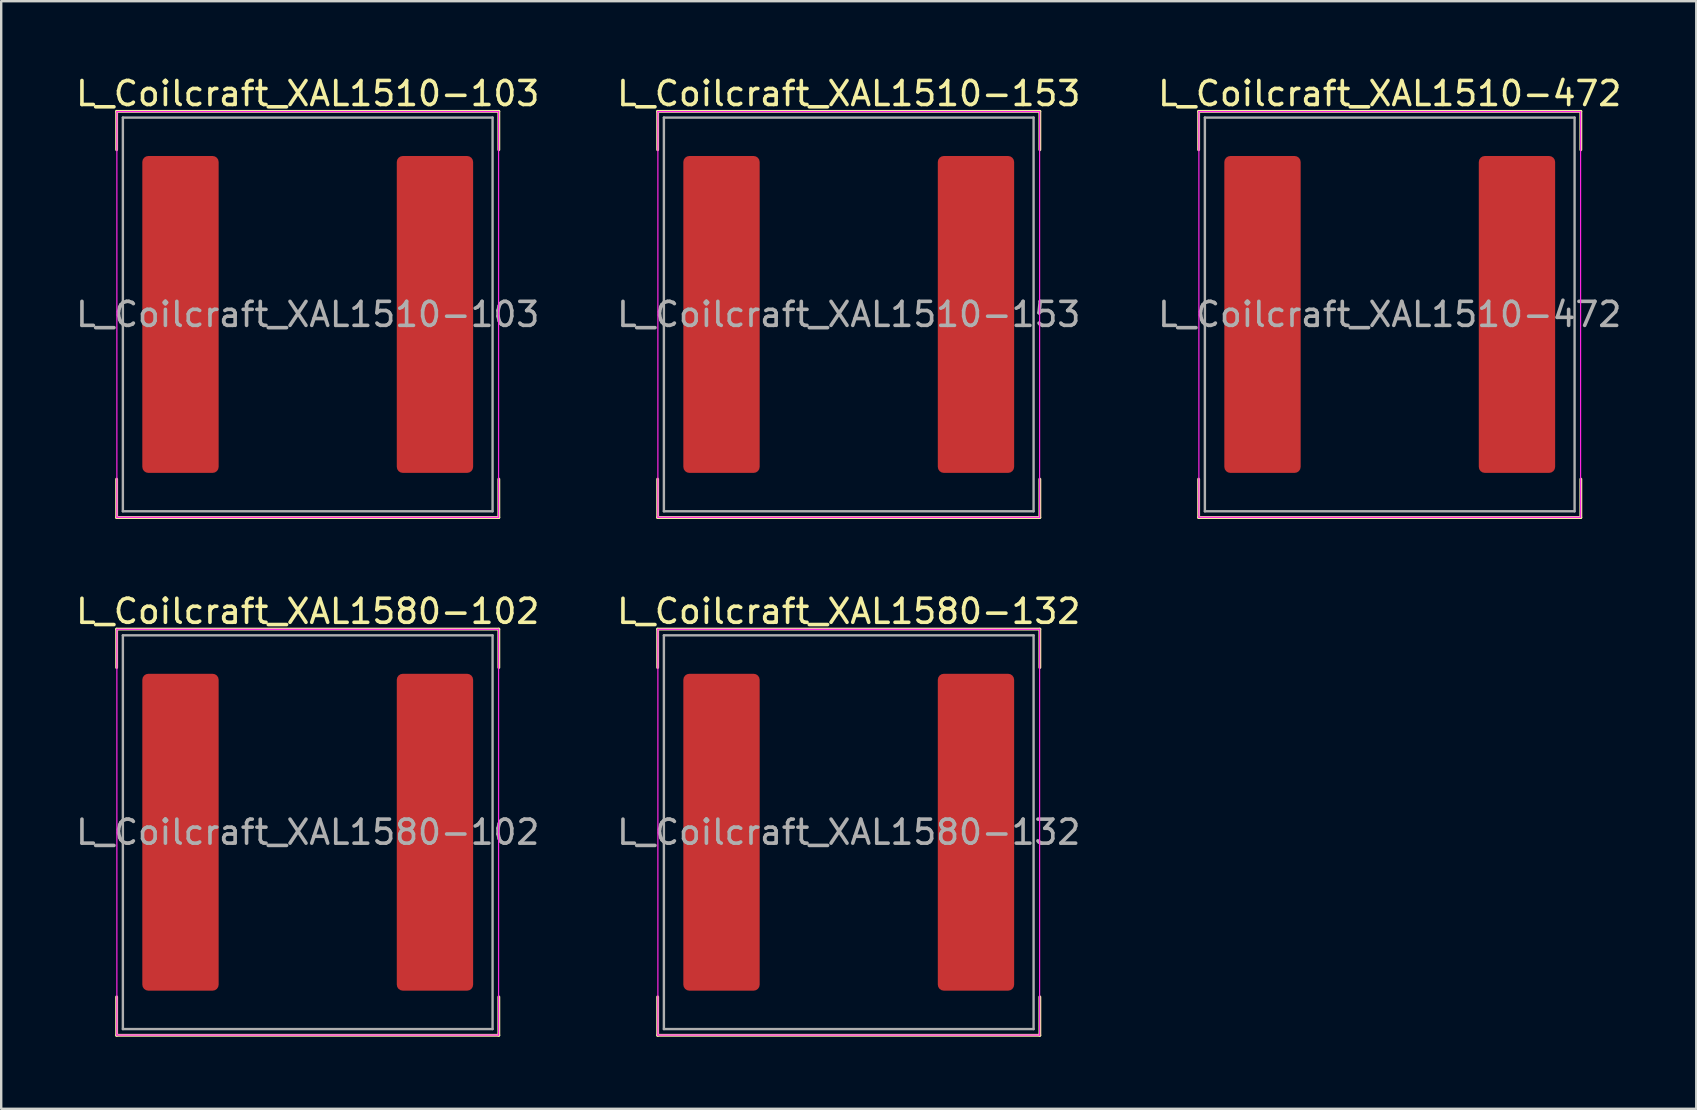
<source format=kicad_pcb>
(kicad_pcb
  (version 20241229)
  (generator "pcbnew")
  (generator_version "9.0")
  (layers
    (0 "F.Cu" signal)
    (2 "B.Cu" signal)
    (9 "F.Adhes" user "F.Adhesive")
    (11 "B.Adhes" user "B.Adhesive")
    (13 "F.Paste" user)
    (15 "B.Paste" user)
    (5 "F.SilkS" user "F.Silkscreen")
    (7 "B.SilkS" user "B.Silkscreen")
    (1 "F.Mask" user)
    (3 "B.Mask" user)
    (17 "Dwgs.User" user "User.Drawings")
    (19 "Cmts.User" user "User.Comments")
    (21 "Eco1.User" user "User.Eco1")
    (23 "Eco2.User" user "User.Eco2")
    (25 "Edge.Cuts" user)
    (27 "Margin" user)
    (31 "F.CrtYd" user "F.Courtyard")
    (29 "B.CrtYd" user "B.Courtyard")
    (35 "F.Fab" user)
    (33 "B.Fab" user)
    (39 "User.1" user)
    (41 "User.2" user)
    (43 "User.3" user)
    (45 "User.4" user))
  (footprint "L_Coilcraft_XAL1580-102"
    (layer "F.Cu")
    (at 9.768 31.616)
    (property "Reference" "L_Coilcraft_XAL1580-102" (at 0 -9.2 0) (layer "F.SilkS") (effects (font (size 1 1) (thickness 0.15))))
    (attr smd)
    (fp_line (start -7.96 -8.46) (end -7.96 -6.86) (stroke (width 0.12) (type solid)) (layer "F.SilkS"))
    (fp_line (start -7.96 -8.46) (end 7.96 -8.46) (stroke (width 0.12) (type solid)) (layer "F.SilkS"))
    (fp_line (start -7.96 8.46) (end -7.96 6.86) (stroke (width 0.12) (type solid)) (layer "F.SilkS"))
    (fp_line (start -7.96 8.46) (end 7.96 8.46) (stroke (width 0.12) (type solid)) (layer "F.SilkS"))
    (fp_line (start 7.96 -8.46) (end 7.96 -6.86) (stroke (width 0.12) (type solid)) (layer "F.SilkS"))
    (fp_line (start 7.96 8.46) (end 7.96 6.86) (stroke (width 0.12) (type solid)) (layer "F.SilkS"))
    (fp_line (start -7.95 -8.45) (end -7.95 8.45) (stroke (width 0.05) (type solid)) (layer "F.CrtYd"))
    (fp_line (start -7.95 8.45) (end 7.95 8.45) (stroke (width 0.05) (type solid)) (layer "F.CrtYd"))
    (fp_line (start 7.95 -8.45) (end -7.95 -8.45) (stroke (width 0.05) (type solid)) (layer "F.CrtYd"))
    (fp_line (start 7.95 8.45) (end 7.95 -8.45) (stroke (width 0.05) (type solid)) (layer "F.CrtYd"))
    (fp_line (start -7.7 -8.2) (end -7.7 8.2) (stroke (width 0.1) (type solid)) (layer "F.Fab"))
    (fp_line (start -7.7 8.2) (end 7.7 8.2) (stroke (width 0.1) (type solid)) (layer "F.Fab"))
    (fp_line (start 7.7 -8.2) (end -7.7 -8.2) (stroke (width 0.1) (type solid)) (layer "F.Fab"))
    (fp_line (start 7.7 8.2) (end 7.7 -8.2) (stroke (width 0.1) (type solid)) (layer "F.Fab"))
    (fp_text user "${REFERENCE}" (at 0 0 0) (layer "F.Fab") (effects (font (size 1 1) (thickness 0.15))))
    (pad "1" smd roundrect (at -5.3 0) (size 3.18 13.2) (layers "F.Cu" "F.Mask" "F.Paste") (roundrect_rratio 0.079))
    (pad "2" smd roundrect (at 5.3 0) (size 3.18 13.2) (layers "F.Cu" "F.Mask" "F.Paste") (roundrect_rratio 0.079)))
  (footprint "L_Coilcraft_XAL1510-103"
    (layer "F.Cu")
    (at 9.768 10.048)
    (property "Reference" "L_Coilcraft_XAL1510-103" (at 0 -9.2 0) (layer "F.SilkS") (effects (font (size 1 1) (thickness 0.15))))
    (attr smd)
    (fp_line (start -7.96 -8.46) (end -7.96 -6.86) (stroke (width 0.12) (type solid)) (layer "F.SilkS"))
    (fp_line (start -7.96 -8.46) (end 7.96 -8.46) (stroke (width 0.12) (type solid)) (layer "F.SilkS"))
    (fp_line (start -7.96 8.46) (end -7.96 6.86) (stroke (width 0.12) (type solid)) (layer "F.SilkS"))
    (fp_line (start -7.96 8.46) (end 7.96 8.46) (stroke (width 0.12) (type solid)) (layer "F.SilkS"))
    (fp_line (start 7.96 -8.46) (end 7.96 -6.86) (stroke (width 0.12) (type solid)) (layer "F.SilkS"))
    (fp_line (start 7.96 8.46) (end 7.96 6.86) (stroke (width 0.12) (type solid)) (layer "F.SilkS"))
    (fp_line (start -7.95 -8.45) (end -7.95 8.45) (stroke (width 0.05) (type solid)) (layer "F.CrtYd"))
    (fp_line (start -7.95 8.45) (end 7.95 8.45) (stroke (width 0.05) (type solid)) (layer "F.CrtYd"))
    (fp_line (start 7.95 -8.45) (end -7.95 -8.45) (stroke (width 0.05) (type solid)) (layer "F.CrtYd"))
    (fp_line (start 7.95 8.45) (end 7.95 -8.45) (stroke (width 0.05) (type solid)) (layer "F.CrtYd"))
    (fp_line (start -7.7 -8.2) (end -7.7 8.2) (stroke (width 0.1) (type solid)) (layer "F.Fab"))
    (fp_line (start -7.7 8.2) (end 7.7 8.2) (stroke (width 0.1) (type solid)) (layer "F.Fab"))
    (fp_line (start 7.7 -8.2) (end -7.7 -8.2) (stroke (width 0.1) (type solid)) (layer "F.Fab"))
    (fp_line (start 7.7 8.2) (end 7.7 -8.2) (stroke (width 0.1) (type solid)) (layer "F.Fab"))
    (fp_text user "${REFERENCE}" (at 0 0 0) (layer "F.Fab") (effects (font (size 1 1) (thickness 0.15))))
    (pad "1" smd roundrect (at -5.3 0) (size 3.18 13.2) (layers "F.Cu" "F.Mask" "F.Paste") (roundrect_rratio 0.079))
    (pad "2" smd roundrect (at 5.3 0) (size 3.18 13.2) (layers "F.Cu" "F.Mask" "F.Paste") (roundrect_rratio 0.079)))
  (footprint "L_Coilcraft_XAL1510-472"
    (layer "F.Cu")
    (at 54.839 10.048)
    (property "Reference" "L_Coilcraft_XAL1510-472" (at 0 -9.2 0) (layer "F.SilkS") (effects (font (size 1 1) (thickness 0.15))))
    (attr smd)
    (fp_line (start -7.96 -8.46) (end -7.96 -6.86) (stroke (width 0.12) (type solid)) (layer "F.SilkS"))
    (fp_line (start -7.96 -8.46) (end 7.96 -8.46) (stroke (width 0.12) (type solid)) (layer "F.SilkS"))
    (fp_line (start -7.96 8.46) (end -7.96 6.86) (stroke (width 0.12) (type solid)) (layer "F.SilkS"))
    (fp_line (start -7.96 8.46) (end 7.96 8.46) (stroke (width 0.12) (type solid)) (layer "F.SilkS"))
    (fp_line (start 7.96 -8.46) (end 7.96 -6.86) (stroke (width 0.12) (type solid)) (layer "F.SilkS"))
    (fp_line (start 7.96 8.46) (end 7.96 6.86) (stroke (width 0.12) (type solid)) (layer "F.SilkS"))
    (fp_line (start -7.95 -8.45) (end -7.95 8.45) (stroke (width 0.05) (type solid)) (layer "F.CrtYd"))
    (fp_line (start -7.95 8.45) (end 7.95 8.45) (stroke (width 0.05) (type solid)) (layer "F.CrtYd"))
    (fp_line (start 7.95 -8.45) (end -7.95 -8.45) (stroke (width 0.05) (type solid)) (layer "F.CrtYd"))
    (fp_line (start 7.95 8.45) (end 7.95 -8.45) (stroke (width 0.05) (type solid)) (layer "F.CrtYd"))
    (fp_line (start -7.7 -8.2) (end -7.7 8.2) (stroke (width 0.1) (type solid)) (layer "F.Fab"))
    (fp_line (start -7.7 8.2) (end 7.7 8.2) (stroke (width 0.1) (type solid)) (layer "F.Fab"))
    (fp_line (start 7.7 -8.2) (end -7.7 -8.2) (stroke (width 0.1) (type solid)) (layer "F.Fab"))
    (fp_line (start 7.7 8.2) (end 7.7 -8.2) (stroke (width 0.1) (type solid)) (layer "F.Fab"))
    (fp_text user "${REFERENCE}" (at 0 0 0) (layer "F.Fab") (effects (font (size 1 1) (thickness 0.15))))
    (pad "1" smd roundrect (at -5.3 0) (size 3.18 13.2) (layers "F.Cu" "F.Mask" "F.Paste") (roundrect_rratio 0.079))
    (pad "2" smd roundrect (at 5.3 0) (size 3.18 13.2) (layers "F.Cu" "F.Mask" "F.Paste") (roundrect_rratio 0.079)))
  (footprint "L_Coilcraft_XAL1580-132"
    (layer "F.Cu")
    (at 32.304 31.616)
    (property "Reference" "L_Coilcraft_XAL1580-132" (at 0 -9.2 0) (layer "F.SilkS") (effects (font (size 1 1) (thickness 0.15))))
    (attr smd)
    (fp_line (start -7.96 -8.46) (end -7.96 -6.86) (stroke (width 0.12) (type solid)) (layer "F.SilkS"))
    (fp_line (start -7.96 -8.46) (end 7.96 -8.46) (stroke (width 0.12) (type solid)) (layer "F.SilkS"))
    (fp_line (start -7.96 8.46) (end -7.96 6.86) (stroke (width 0.12) (type solid)) (layer "F.SilkS"))
    (fp_line (start -7.96 8.46) (end 7.96 8.46) (stroke (width 0.12) (type solid)) (layer "F.SilkS"))
    (fp_line (start 7.96 -8.46) (end 7.96 -6.86) (stroke (width 0.12) (type solid)) (layer "F.SilkS"))
    (fp_line (start 7.96 8.46) (end 7.96 6.86) (stroke (width 0.12) (type solid)) (layer "F.SilkS"))
    (fp_line (start -7.95 -8.45) (end -7.95 8.45) (stroke (width 0.05) (type solid)) (layer "F.CrtYd"))
    (fp_line (start -7.95 8.45) (end 7.95 8.45) (stroke (width 0.05) (type solid)) (layer "F.CrtYd"))
    (fp_line (start 7.95 -8.45) (end -7.95 -8.45) (stroke (width 0.05) (type solid)) (layer "F.CrtYd"))
    (fp_line (start 7.95 8.45) (end 7.95 -8.45) (stroke (width 0.05) (type solid)) (layer "F.CrtYd"))
    (fp_line (start -7.7 -8.2) (end -7.7 8.2) (stroke (width 0.1) (type solid)) (layer "F.Fab"))
    (fp_line (start -7.7 8.2) (end 7.7 8.2) (stroke (width 0.1) (type solid)) (layer "F.Fab"))
    (fp_line (start 7.7 -8.2) (end -7.7 -8.2) (stroke (width 0.1) (type solid)) (layer "F.Fab"))
    (fp_line (start 7.7 8.2) (end 7.7 -8.2) (stroke (width 0.1) (type solid)) (layer "F.Fab"))
    (fp_text user "${REFERENCE}" (at 0 0 0) (layer "F.Fab") (effects (font (size 1 1) (thickness 0.15))))
    (pad "1" smd roundrect (at -5.3 0) (size 3.18 13.2) (layers "F.Cu" "F.Mask" "F.Paste") (roundrect_rratio 0.079))
    (pad "2" smd roundrect (at 5.3 0) (size 3.18 13.2) (layers "F.Cu" "F.Mask" "F.Paste") (roundrect_rratio 0.079)))
  (footprint "L_Coilcraft_XAL1510-153"
    (layer "F.Cu")
    (at 32.304 10.048)
    (property "Reference" "L_Coilcraft_XAL1510-153" (at 0 -9.2 0) (layer "F.SilkS") (effects (font (size 1 1) (thickness 0.15))))
    (attr smd)
    (fp_line (start -7.96 -8.46) (end -7.96 -6.86) (stroke (width 0.12) (type solid)) (layer "F.SilkS"))
    (fp_line (start -7.96 -8.46) (end 7.96 -8.46) (stroke (width 0.12) (type solid)) (layer "F.SilkS"))
    (fp_line (start -7.96 8.46) (end -7.96 6.86) (stroke (width 0.12) (type solid)) (layer "F.SilkS"))
    (fp_line (start -7.96 8.46) (end 7.96 8.46) (stroke (width 0.12) (type solid)) (layer "F.SilkS"))
    (fp_line (start 7.96 -8.46) (end 7.96 -6.86) (stroke (width 0.12) (type solid)) (layer "F.SilkS"))
    (fp_line (start 7.96 8.46) (end 7.96 6.86) (stroke (width 0.12) (type solid)) (layer "F.SilkS"))
    (fp_line (start -7.95 -8.45) (end -7.95 8.45) (stroke (width 0.05) (type solid)) (layer "F.CrtYd"))
    (fp_line (start -7.95 8.45) (end 7.95 8.45) (stroke (width 0.05) (type solid)) (layer "F.CrtYd"))
    (fp_line (start 7.95 -8.45) (end -7.95 -8.45) (stroke (width 0.05) (type solid)) (layer "F.CrtYd"))
    (fp_line (start 7.95 8.45) (end 7.95 -8.45) (stroke (width 0.05) (type solid)) (layer "F.CrtYd"))
    (fp_line (start -7.7 -8.2) (end -7.7 8.2) (stroke (width 0.1) (type solid)) (layer "F.Fab"))
    (fp_line (start -7.7 8.2) (end 7.7 8.2) (stroke (width 0.1) (type solid)) (layer "F.Fab"))
    (fp_line (start 7.7 -8.2) (end -7.7 -8.2) (stroke (width 0.1) (type solid)) (layer "F.Fab"))
    (fp_line (start 7.7 8.2) (end 7.7 -8.2) (stroke (width 0.1) (type solid)) (layer "F.Fab"))
    (fp_text user "${REFERENCE}" (at 0 0 0) (layer "F.Fab") (effects (font (size 1 1) (thickness 0.15))))
    (pad "1" smd roundrect (at -5.3 0) (size 3.18 13.2) (layers "F.Cu" "F.Mask" "F.Paste") (roundrect_rratio 0.079))
    (pad "2" smd roundrect (at 5.3 0) (size 3.18 13.2) (layers "F.Cu" "F.Mask" "F.Paste") (roundrect_rratio 0.079)))
  (gr_rect
    (start -3 -3)
    (end 67.607 43.136)
    (stroke (width 0.1) (type default))
    (fill no)
    (layer "Edge.Cuts")))
</source>
